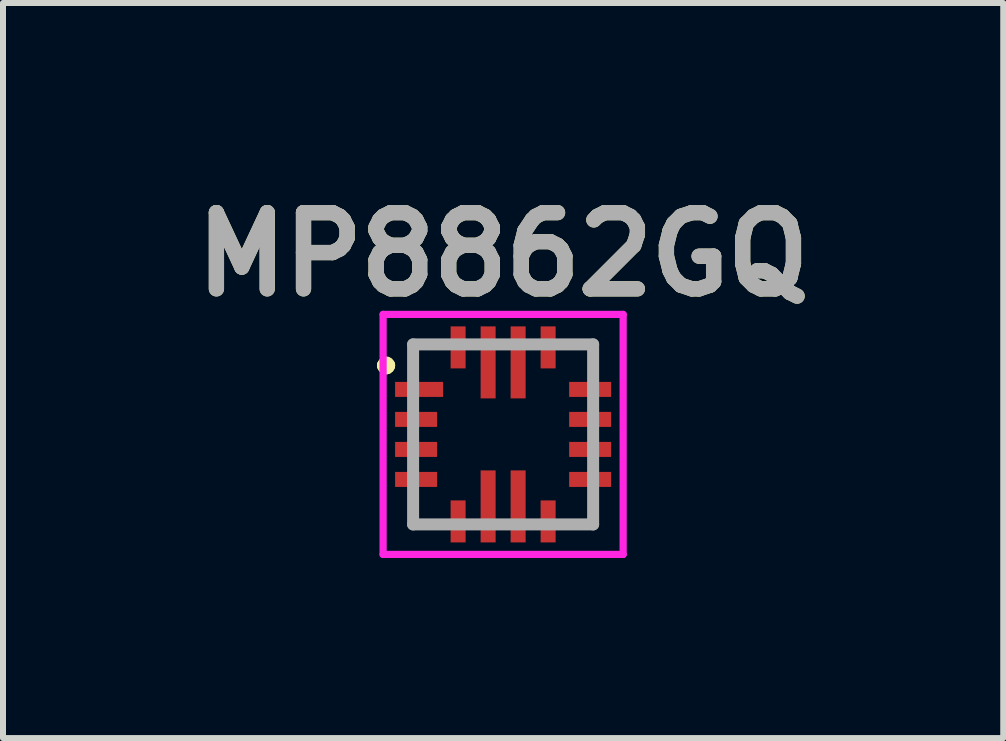
<source format=kicad_pcb>
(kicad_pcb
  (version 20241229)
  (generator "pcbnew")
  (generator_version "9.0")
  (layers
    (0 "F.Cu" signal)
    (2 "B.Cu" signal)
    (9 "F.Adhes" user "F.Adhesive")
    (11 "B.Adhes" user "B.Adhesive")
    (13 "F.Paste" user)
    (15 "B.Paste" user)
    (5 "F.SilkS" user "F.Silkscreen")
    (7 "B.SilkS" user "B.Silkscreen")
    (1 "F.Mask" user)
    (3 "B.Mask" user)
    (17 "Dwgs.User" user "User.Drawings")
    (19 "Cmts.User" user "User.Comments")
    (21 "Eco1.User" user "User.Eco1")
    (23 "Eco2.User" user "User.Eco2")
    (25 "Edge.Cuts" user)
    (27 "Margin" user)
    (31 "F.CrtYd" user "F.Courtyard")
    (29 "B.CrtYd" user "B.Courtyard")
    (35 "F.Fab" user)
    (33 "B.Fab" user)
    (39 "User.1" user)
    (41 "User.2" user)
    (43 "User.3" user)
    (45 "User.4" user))
  (footprint "MP8862GQ"
    (layer "F.Cu")
    (at 5.334 4.189)
    (property "Reference" "MP8862GQ" (at 0 -3 0) (layer "F.SilkS") (effects (font (size 1.27 1.27) (thickness 0.254))))
    (attr smd)
    (fp_line (start -2 -1.15) (end -2 -1.15) (stroke (width 0.2) (type solid)) (layer "F.SilkS"))
    (fp_line (start -2 -1.15) (end -2 -1.15) (stroke (width 0.2) (type solid)) (layer "F.SilkS"))
    (fp_line (start -1.9 -1.15) (end -1.9 -1.15) (stroke (width 0.2) (type solid)) (layer "F.SilkS"))
    (fp_arc (start -2 -1.15) (mid -1.95 -1.2) (end -1.9 -1.15) (stroke (width 0.2) (type solid)) (layer "F.SilkS"))
    (fp_arc (start -1.9 -1.15) (mid -1.95 -1.1) (end -2 -1.15) (stroke (width 0.2) (type solid)) (layer "F.SilkS"))
    (fp_arc (start -1.9 -1.15) (mid -1.95 -1.1) (end -2 -1.15) (stroke (width 0.2) (type solid)) (layer "F.SilkS"))
    (fp_line (start -2 -2) (end 2 -2) (stroke (width 0.12) (type solid)) (layer "F.CrtYd"))
    (fp_line (start -2 2) (end -2 -2) (stroke (width 0.12) (type solid)) (layer "F.CrtYd"))
    (fp_line (start 2 -2) (end 2 2) (stroke (width 0.12) (type solid)) (layer "F.CrtYd"))
    (fp_line (start 2 2) (end -2 2) (stroke (width 0.12) (type solid)) (layer "F.CrtYd"))
    (fp_line (start -1.5 -1.5) (end -1.5 1.5) (stroke (width 0.2) (type solid)) (layer "F.Fab"))
    (fp_line (start -1.5 1.5) (end 1.5 1.5) (stroke (width 0.2) (type solid)) (layer "F.Fab"))
    (fp_line (start 1.5 -1.5) (end -1.5 -1.5) (stroke (width 0.2) (type solid)) (layer "F.Fab"))
    (fp_line (start 1.5 1.5) (end 1.5 -1.5) (stroke (width 0.2) (type solid)) (layer "F.Fab"))
    (fp_text user "${REFERENCE}" (at 0 -3 0) (layer "F.Fab") (effects (font (size 1.27 1.27) (thickness 0.254))))
    (pad "1" smd rect (at -1.4 -0.75 90) (size 0.25 0.8) (layers "F.Cu" "F.Mask" "F.Paste"))
    (pad "2" smd rect (at -1.45 -0.25 90) (size 0.25 0.7) (layers "F.Cu" "F.Mask" "F.Paste"))
    (pad "3" smd rect (at -1.45 0.25 90) (size 0.25 0.7) (layers "F.Cu" "F.Mask" "F.Paste"))
    (pad "4" smd rect (at -1.45 0.75 90) (size 0.25 0.7) (layers "F.Cu" "F.Mask" "F.Paste"))
    (pad "5" smd rect (at -0.75 1.45) (size 0.25 0.7) (layers "F.Cu" "F.Mask" "F.Paste"))
    (pad "6" smd rect (at -0.25 1.2) (size 0.25 1.2) (layers "F.Cu" "F.Mask" "F.Paste"))
    (pad "7" smd rect (at 0.25 1.2) (size 0.25 1.2) (layers "F.Cu" "F.Mask" "F.Paste"))
    (pad "8" smd rect (at 0.75 1.45) (size 0.25 0.7) (layers "F.Cu" "F.Mask" "F.Paste"))
    (pad "9" smd rect (at 1.45 0.75 90) (size 0.25 0.7) (layers "F.Cu" "F.Mask" "F.Paste"))
    (pad "10" smd rect (at 1.45 0.25 90) (size 0.25 0.7) (layers "F.Cu" "F.Mask" "F.Paste"))
    (pad "11" smd rect (at 1.45 -0.25 90) (size 0.25 0.7) (layers "F.Cu" "F.Mask" "F.Paste"))
    (pad "12" smd rect (at 1.45 -0.75 90) (size 0.25 0.7) (layers "F.Cu" "F.Mask" "F.Paste"))
    (pad "13" smd rect (at 0.75 -1.45) (size 0.25 0.7) (layers "F.Cu" "F.Mask" "F.Paste"))
    (pad "14" smd rect (at 0.25 -1.2) (size 0.25 1.2) (layers "F.Cu" "F.Mask" "F.Paste"))
    (pad "15" smd rect (at -0.25 -1.2) (size 0.25 1.2) (layers "F.Cu" "F.Mask" "F.Paste"))
    (pad "16" smd rect (at -0.75 -1.45) (size 0.25 0.7) (layers "F.Cu" "F.Mask" "F.Paste")))
  (gr_rect
    (start -3 -3)
    (end 13.668 9.249)
    (stroke (width 0.1) (type default))
    (fill no)
    (layer "Edge.Cuts")))
</source>
